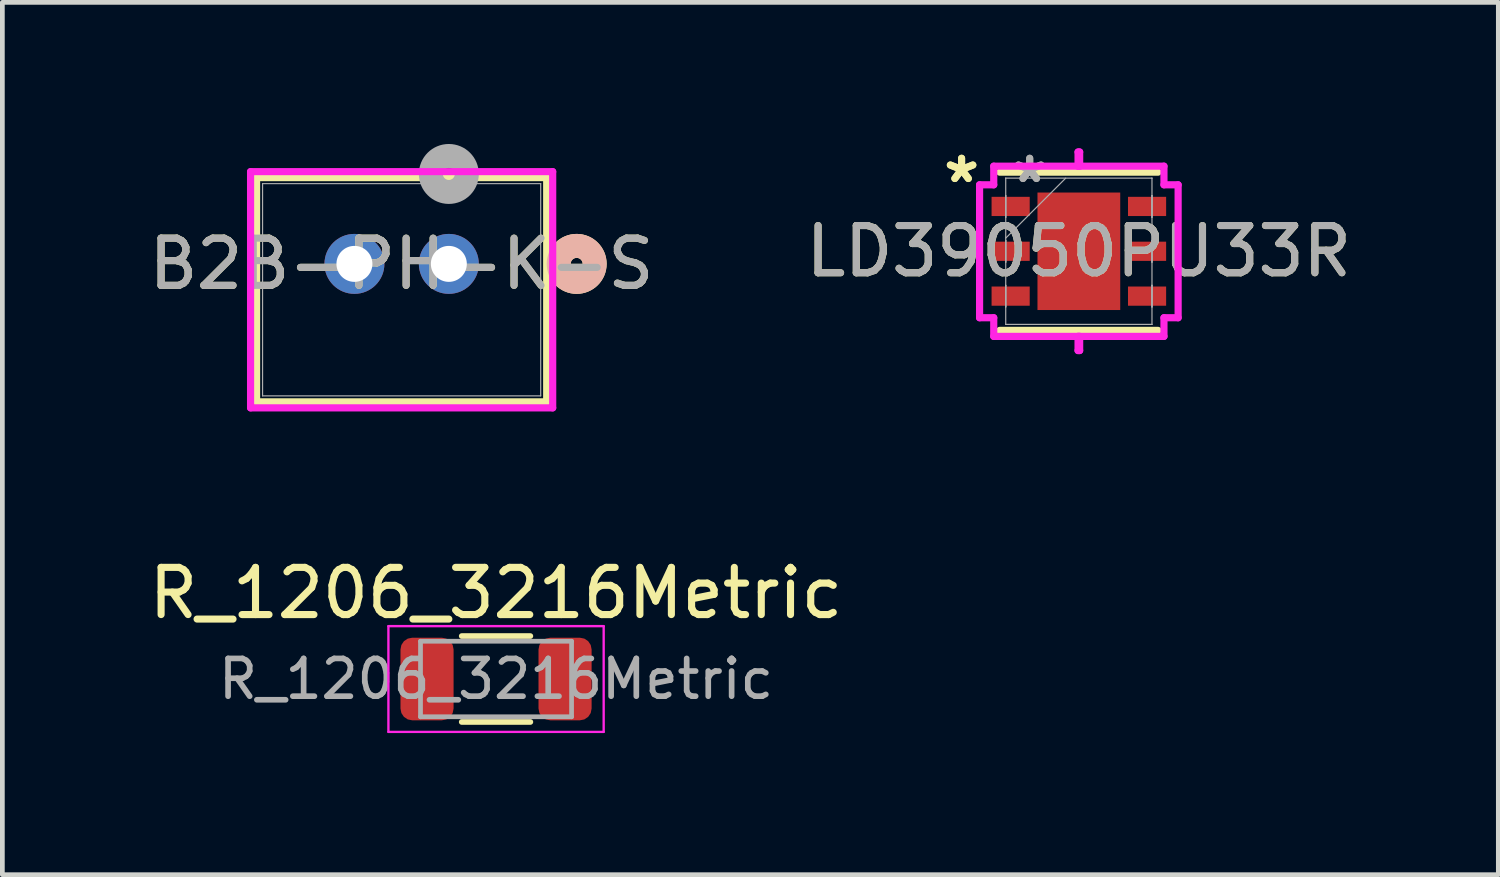
<source format=kicad_pcb>
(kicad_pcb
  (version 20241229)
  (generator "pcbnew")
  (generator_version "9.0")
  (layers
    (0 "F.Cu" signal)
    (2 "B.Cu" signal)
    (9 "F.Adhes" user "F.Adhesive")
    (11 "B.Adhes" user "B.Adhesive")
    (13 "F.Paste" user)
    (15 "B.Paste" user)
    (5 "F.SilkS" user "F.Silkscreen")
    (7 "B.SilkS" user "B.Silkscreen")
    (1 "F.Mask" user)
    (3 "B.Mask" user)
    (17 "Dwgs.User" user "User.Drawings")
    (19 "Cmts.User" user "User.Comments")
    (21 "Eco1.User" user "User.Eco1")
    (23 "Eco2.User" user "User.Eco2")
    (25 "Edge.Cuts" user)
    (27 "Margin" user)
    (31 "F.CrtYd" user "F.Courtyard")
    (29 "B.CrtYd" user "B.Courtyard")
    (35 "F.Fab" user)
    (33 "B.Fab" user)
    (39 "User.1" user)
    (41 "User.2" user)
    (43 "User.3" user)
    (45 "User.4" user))
  (footprint "R_1206_3216Metric"
    (layer "F.Cu")
    (at 7.458 11.334)
    (property "Reference" "R_1206_3216Metric" (at 0 -1.82 0) (layer "F.SilkS") (effects (font (size 1 1) (thickness 0.15))))
    (attr smd)
    (fp_line (start -0.727 -0.91) (end 0.727 -0.91) (stroke (width 0.12) (type solid)) (layer "F.SilkS"))
    (fp_line (start -0.727 0.91) (end 0.727 0.91) (stroke (width 0.12) (type solid)) (layer "F.SilkS"))
    (fp_line (start -2.28 -1.12) (end 2.28 -1.12) (stroke (width 0.05) (type solid)) (layer "F.CrtYd"))
    (fp_line (start -2.28 1.12) (end -2.28 -1.12) (stroke (width 0.05) (type solid)) (layer "F.CrtYd"))
    (fp_line (start 2.28 -1.12) (end 2.28 1.12) (stroke (width 0.05) (type solid)) (layer "F.CrtYd"))
    (fp_line (start 2.28 1.12) (end -2.28 1.12) (stroke (width 0.05) (type solid)) (layer "F.CrtYd"))
    (fp_line (start -1.6 -0.8) (end 1.6 -0.8) (stroke (width 0.1) (type solid)) (layer "F.Fab"))
    (fp_line (start -1.6 0.8) (end -1.6 -0.8) (stroke (width 0.1) (type solid)) (layer "F.Fab"))
    (fp_line (start 1.6 -0.8) (end 1.6 0.8) (stroke (width 0.1) (type solid)) (layer "F.Fab"))
    (fp_line (start 1.6 0.8) (end -1.6 0.8) (stroke (width 0.1) (type solid)) (layer "F.Fab"))
    (fp_text user "${REFERENCE}" (at 0 0 0) (layer "F.Fab") (effects (font (size 0.8 0.8) (thickness 0.12))))
    (pad "1" smd roundrect (at -1.462 0) (size 1.125 1.75) (layers "F.Cu" "F.Mask" "F.Paste") (roundrect_rratio 0.222))
    (pad "2" smd roundrect (at 1.462 0) (size 1.125 1.75) (layers "F.Cu" "F.Mask" "F.Paste") (roundrect_rratio 0.222)))
  (footprint "B2B-PH-K-S"
    (layer "F.Cu")
    (at 6.458 2.54)
    (property "Reference" "B2B-PH-K-S" (at -1 0 0) (unlocked yes) (layer "F.SilkS") (effects (font (size 1 1) (thickness 0.15))))
    (attr through_hole)
    (fp_line (start -4.073 -1.827) (end -4.073 2.923) (stroke (width 0.152) (type solid)) (layer "F.SilkS"))
    (fp_line (start -4.073 2.923) (end 2.073 2.923) (stroke (width 0.152) (type solid)) (layer "F.SilkS"))
    (fp_line (start 2.073 -1.827) (end -4.073 -1.827) (stroke (width 0.152) (type solid)) (layer "F.SilkS"))
    (fp_line (start 2.073 2.923) (end 2.073 -1.827) (stroke (width 0.152) (type solid)) (layer "F.SilkS"))
    (fp_circle (center 2.708 0) (end 3.089 0) (stroke (width 0.508) (type solid)) (fill no) (layer "F.SilkS"))
    (fp_circle (center 2.708 0) (end 3.089 0) (stroke (width 0.508) (type solid)) (fill no) (layer "B.SilkS"))
    (fp_line (start -4.2 -1.954) (end -4.2 3.05) (stroke (width 0.152) (type solid)) (layer "F.CrtYd"))
    (fp_line (start -4.2 3.05) (end 2.2 3.05) (stroke (width 0.152) (type solid)) (layer "F.CrtYd"))
    (fp_line (start 2.2 -1.954) (end -4.2 -1.954) (stroke (width 0.152) (type solid)) (layer "F.CrtYd"))
    (fp_line (start 2.2 3.05) (end 2.2 -1.954) (stroke (width 0.152) (type solid)) (layer "F.CrtYd"))
    (fp_line (start -3.946 -1.7) (end -3.946 2.796) (stroke (width 0.025) (type solid)) (layer "F.Fab"))
    (fp_line (start -3.946 2.796) (end 1.946 2.796) (stroke (width 0.025) (type solid)) (layer "F.Fab"))
    (fp_line (start 1.946 -1.7) (end -3.946 -1.7) (stroke (width 0.025) (type solid)) (layer "F.Fab"))
    (fp_line (start 1.946 2.796) (end 1.946 -1.7) (stroke (width 0.025) (type solid)) (layer "F.Fab"))
    (fp_circle (center 0 -1.905) (end 0.381 -1.905) (stroke (width 0.508) (type solid)) (fill no) (layer "F.Fab"))
    (fp_text user "${REFERENCE}" (at -1 0 0) (unlocked yes) (layer "F.Fab") (effects (font (size 1 1) (thickness 0.15))))
    (pad "1" thru_hole circle (at 0 0) (size 1.27 1.27) (drill 0.762) (layers "*.Cu" "*.Mask"))
    (pad "2" thru_hole circle (at -2 0) (size 1.27 1.27) (drill 0.762) (layers "*.Cu" "*.Mask")))
  (footprint "LD39050PU33R"
    (layer "F.Cu")
    (at 19.804 2.273)
    (property "Reference" "LD39050PU33R" (at 0 0 0) (unlocked yes) (layer "F.SilkS") (effects (font (size 1 1) (thickness 0.15))))
    (attr smd)
    (fp_line (start -1.676 1.676) (end 1.676 1.676) (stroke (width 0.152) (type solid)) (layer "F.SilkS"))
    (fp_line (start 1.676 -1.676) (end -1.676 -1.676) (stroke (width 0.152) (type solid)) (layer "F.SilkS"))
    (fp_line (start -2.103 -1.408) (end -1.803 -1.408) (stroke (width 0.152) (type solid)) (layer "F.CrtYd"))
    (fp_line (start -2.103 1.408) (end -2.103 -1.408) (stroke (width 0.152) (type solid)) (layer "F.CrtYd"))
    (fp_line (start -1.803 -1.803) (end 0.017 -1.803) (stroke (width 0.152) (type solid)) (layer "F.CrtYd"))
    (fp_line (start -1.803 -1.408) (end -1.803 -1.803) (stroke (width 0.152) (type solid)) (layer "F.CrtYd"))
    (fp_line (start -1.803 1.408) (end -2.103 1.408) (stroke (width 0.152) (type solid)) (layer "F.CrtYd"))
    (fp_line (start -1.803 1.803) (end -1.803 1.408) (stroke (width 0.152) (type solid)) (layer "F.CrtYd"))
    (fp_line (start -0.017 -2.103) (end -0.017 -1.803) (stroke (width 0.152) (type solid)) (layer "F.CrtYd"))
    (fp_line (start -0.017 -1.803) (end 1.803 -1.803) (stroke (width 0.152) (type solid)) (layer "F.CrtYd"))
    (fp_line (start -0.017 1.803) (end -0.017 2.103) (stroke (width 0.152) (type solid)) (layer "F.CrtYd"))
    (fp_line (start -0.017 2.103) (end 0.017 2.103) (stroke (width 0.152) (type solid)) (layer "F.CrtYd"))
    (fp_line (start 0.017 -2.103) (end -0.017 -2.103) (stroke (width 0.152) (type solid)) (layer "F.CrtYd"))
    (fp_line (start 0.017 -1.803) (end 0.017 -2.103) (stroke (width 0.152) (type solid)) (layer "F.CrtYd"))
    (fp_line (start 0.017 1.803) (end -1.803 1.803) (stroke (width 0.152) (type solid)) (layer "F.CrtYd"))
    (fp_line (start 0.017 2.103) (end 0.017 1.803) (stroke (width 0.152) (type solid)) (layer "F.CrtYd"))
    (fp_line (start 1.803 -1.803) (end 1.803 -1.408) (stroke (width 0.152) (type solid)) (layer "F.CrtYd"))
    (fp_line (start 1.803 -1.408) (end 2.103 -1.408) (stroke (width 0.152) (type solid)) (layer "F.CrtYd"))
    (fp_line (start 1.803 1.408) (end 1.803 1.803) (stroke (width 0.152) (type solid)) (layer "F.CrtYd"))
    (fp_line (start 1.803 1.803) (end -0.017 1.803) (stroke (width 0.152) (type solid)) (layer "F.CrtYd"))
    (fp_line (start 2.103 -1.408) (end 2.103 1.408) (stroke (width 0.152) (type solid)) (layer "F.CrtYd"))
    (fp_line (start 2.103 1.408) (end 1.803 1.408) (stroke (width 0.152) (type solid)) (layer "F.CrtYd"))
    (fp_line (start -1.549 -1.549) (end -1.549 -1.549) (stroke (width 0.025) (type solid)) (layer "F.Fab"))
    (fp_line (start -1.549 -1.549) (end -1.549 1.549) (stroke (width 0.025) (type solid)) (layer "F.Fab"))
    (fp_line (start -1.549 -1.179) (end -1.549 -1.179) (stroke (width 0.025) (type solid)) (layer "F.Fab"))
    (fp_line (start -1.549 -1.179) (end -1.549 -0.721) (stroke (width 0.025) (type solid)) (layer "F.Fab"))
    (fp_line (start -1.549 -0.721) (end -1.549 -1.179) (stroke (width 0.025) (type solid)) (layer "F.Fab"))
    (fp_line (start -1.549 -0.721) (end -1.549 -0.721) (stroke (width 0.025) (type solid)) (layer "F.Fab"))
    (fp_line (start -1.549 -0.279) (end -0.279 -1.549) (stroke (width 0.025) (type solid)) (layer "F.Fab"))
    (fp_line (start -1.549 -0.229) (end -1.549 -0.229) (stroke (width 0.025) (type solid)) (layer "F.Fab"))
    (fp_line (start -1.549 -0.229) (end -1.549 0.229) (stroke (width 0.025) (type solid)) (layer "F.Fab"))
    (fp_line (start -1.549 0.229) (end -1.549 -0.229) (stroke (width 0.025) (type solid)) (layer "F.Fab"))
    (fp_line (start -1.549 0.229) (end -1.549 0.229) (stroke (width 0.025) (type solid)) (layer "F.Fab"))
    (fp_line (start -1.549 0.721) (end -1.549 0.721) (stroke (width 0.025) (type solid)) (layer "F.Fab"))
    (fp_line (start -1.549 0.721) (end -1.549 1.179) (stroke (width 0.025) (type solid)) (layer "F.Fab"))
    (fp_line (start -1.549 1.179) (end -1.549 0.721) (stroke (width 0.025) (type solid)) (layer "F.Fab"))
    (fp_line (start -1.549 1.179) (end -1.549 1.179) (stroke (width 0.025) (type solid)) (layer "F.Fab"))
    (fp_line (start -1.549 1.549) (end -1.549 1.549) (stroke (width 0.025) (type solid)) (layer "F.Fab"))
    (fp_line (start -1.549 1.549) (end 1.549 1.549) (stroke (width 0.025) (type solid)) (layer "F.Fab"))
    (fp_line (start 1.549 -1.549) (end -1.549 -1.549) (stroke (width 0.025) (type solid)) (layer "F.Fab"))
    (fp_line (start 1.549 -1.549) (end 1.549 -1.549) (stroke (width 0.025) (type solid)) (layer "F.Fab"))
    (fp_line (start 1.549 -1.179) (end 1.549 -1.179) (stroke (width 0.025) (type solid)) (layer "F.Fab"))
    (fp_line (start 1.549 -1.179) (end 1.549 -0.721) (stroke (width 0.025) (type solid)) (layer "F.Fab"))
    (fp_line (start 1.549 -0.721) (end 1.549 -1.179) (stroke (width 0.025) (type solid)) (layer "F.Fab"))
    (fp_line (start 1.549 -0.721) (end 1.549 -0.721) (stroke (width 0.025) (type solid)) (layer "F.Fab"))
    (fp_line (start 1.549 -0.229) (end 1.549 -0.229) (stroke (width 0.025) (type solid)) (layer "F.Fab"))
    (fp_line (start 1.549 -0.229) (end 1.549 0.229) (stroke (width 0.025) (type solid)) (layer "F.Fab"))
    (fp_line (start 1.549 0.229) (end 1.549 -0.229) (stroke (width 0.025) (type solid)) (layer "F.Fab"))
    (fp_line (start 1.549 0.229) (end 1.549 0.229) (stroke (width 0.025) (type solid)) (layer "F.Fab"))
    (fp_line (start 1.549 0.721) (end 1.549 0.721) (stroke (width 0.025) (type solid)) (layer "F.Fab"))
    (fp_line (start 1.549 0.721) (end 1.549 1.179) (stroke (width 0.025) (type solid)) (layer "F.Fab"))
    (fp_line (start 1.549 1.179) (end 1.549 0.721) (stroke (width 0.025) (type solid)) (layer "F.Fab"))
    (fp_line (start 1.549 1.179) (end 1.549 1.179) (stroke (width 0.025) (type solid)) (layer "F.Fab"))
    (fp_line (start 1.549 1.549) (end 1.549 -1.549) (stroke (width 0.025) (type solid)) (layer "F.Fab"))
    (fp_line (start 1.549 1.549) (end 1.549 1.549) (stroke (width 0.025) (type solid)) (layer "F.Fab"))
    (fp_text user "*" (at -2.484 -1.425 0) (unlocked yes) (layer "F.SilkS") (effects (font (size 1 1) (thickness 0.15))))
    (fp_text user "*" (at -2.484 -1.425 0) (layer "F.SilkS") (effects (font (size 1 1) (thickness 0.15))))
    (fp_text user "*" (at -1.041 -1.425 0) (unlocked yes) (layer "F.Fab") (effects (font (size 1 1) (thickness 0.15))))
    (fp_text user "*" (at -1.041 -1.425 0) (layer "F.Fab") (effects (font (size 1 1) (thickness 0.15))))
    (fp_text user "${REFERENCE}" (at 0 0 0) (unlocked yes) (layer "F.Fab") (effects (font (size 1 1) (thickness 0.15))))
    (pad "1" smd rect (at -1.445 -0.95 90) (size 0.407 0.808) (layers "F.Cu" "F.Mask" "F.Paste"))
    (pad "2" smd rect (at -1.445 0 90) (size 0.407 0.808) (layers "F.Cu" "F.Mask" "F.Paste"))
    (pad "3" smd rect (at -1.445 0.95 90) (size 0.407 0.808) (layers "F.Cu" "F.Mask" "F.Paste"))
    (pad "4" smd rect (at 1.445 0.95 90) (size 0.407 0.808) (layers "F.Cu" "F.Mask" "F.Paste"))
    (pad "5" smd rect (at 1.445 0 90) (size 0.407 0.808) (layers "F.Cu" "F.Mask" "F.Paste"))
    (pad "6" smd rect (at 1.445 -0.95 90) (size 0.407 0.808) (layers "F.Cu" "F.Mask" "F.Paste"))
    (pad "7" smd rect (at 0 0) (size 1.753 2.489) (layers "F.Cu" "F.Mask" "F.Paste")))
  (gr_rect
    (start -3 -3)
    (end 28.69 15.479)
    (stroke (width 0.1) (type default))
    (fill no)
    (layer "Edge.Cuts")))
</source>
